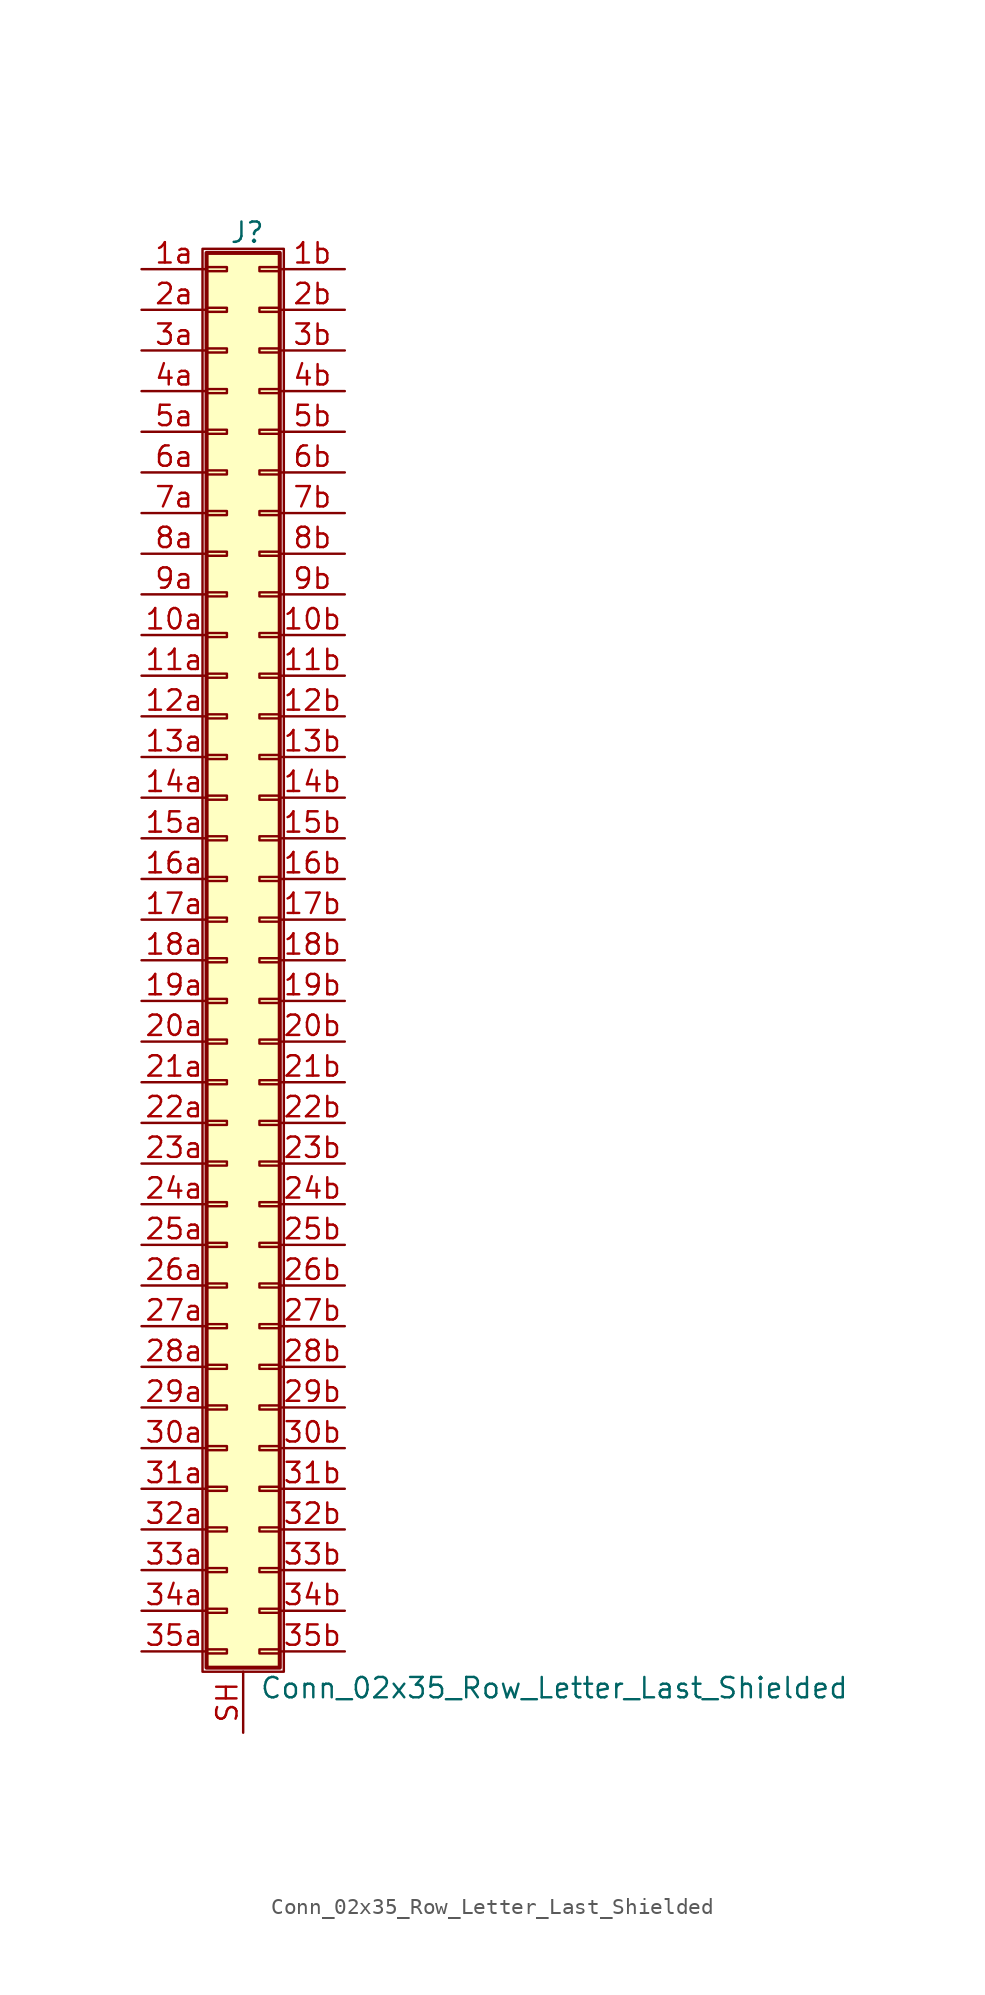
<source format=kicad_sym>
(kicad_symbol_lib
  (version 20201005)
  (generator kicad_symbol_editor)
  (symbol "Connector_Generic_Shielded:Conn_02x35_Row_Letter_Last_Shielded"
    (pin_names
      (offset 1.016) hide)
    (property "Reference" "J"
      (at 1.524 45.466 0)
      (effects (font (size 1.27 1.27))))
    (property "Value" "Conn_02x35_Row_Letter_Last_Shielded"
      (at 2.286 -45.466 0)
      (effects (font (size 1.27 1.27)) (justify left)))
    (symbol "Conn_02x35_Row_Letter_Last_Shielded_1_1"
      (rectangle (start -1.016 -27.813) (end 0.254 -28.067) (stroke (width 0.152)) (fill (type none)))
      (rectangle (start -1.016 -30.353) (end 0.254 -30.607) (stroke (width 0.152)) (fill (type none)))
      (rectangle (start -1.016 -32.893) (end 0.254 -33.147) (stroke (width 0.152)) (fill (type none)))
      (rectangle (start -1.016 -35.433) (end 0.254 -35.687) (stroke (width 0.152)) (fill (type none)))
      (rectangle (start -1.016 -37.973) (end 0.254 -38.227) (stroke (width 0.152)) (fill (type none)))
      (rectangle (start -1.016 -40.513) (end 0.254 -40.767) (stroke (width 0.152)) (fill (type none)))
      (rectangle (start -1.016 -43.053) (end 0.254 -43.307) (stroke (width 0.152)) (fill (type none)))
      (rectangle (start -1.016 -4.953) (end 0.254 -5.207) (stroke (width 0.152)) (fill (type none)))
      (rectangle (start -1.016 -7.493) (end 0.254 -7.747) (stroke (width 0.152)) (fill (type none)))
      (rectangle (start -1.016 -10.033) (end 0.254 -10.287) (stroke (width 0.152)) (fill (type none)))
      (rectangle (start -1.016 -12.573) (end 0.254 -12.827) (stroke (width 0.152)) (fill (type none)))
      (rectangle (start -1.016 -15.113) (end 0.254 -15.367) (stroke (width 0.152)) (fill (type none)))
      (rectangle (start -1.016 -17.653) (end 0.254 -17.907) (stroke (width 0.152)) (fill (type none)))
      (rectangle (start -1.016 -20.193) (end 0.254 -20.447) (stroke (width 0.152)) (fill (type none)))
      (rectangle (start -1.016 -22.733) (end 0.254 -22.987) (stroke (width 0.152)) (fill (type none)))
      (rectangle (start -1.016 -2.413) (end 0.254 -2.667) (stroke (width 0.152)) (fill (type none)))
      (rectangle (start -1.016 -25.273) (end 0.254 -25.527) (stroke (width 0.152)) (fill (type none)))
      (rectangle (start -1.016 25.527) (end 0.254 25.273) (stroke (width 0.152)) (fill (type none)))
      (rectangle (start -1.016 2.667) (end 0.254 2.413) (stroke (width 0.152)) (fill (type none)))
      (rectangle (start -1.016 28.067) (end 0.254 27.813) (stroke (width 0.152)) (fill (type none)))
      (rectangle (start -1.016 30.607) (end 0.254 30.353) (stroke (width 0.152)) (fill (type none)))
      (rectangle (start -1.016 33.147) (end 0.254 32.893) (stroke (width 0.152)) (fill (type none)))
      (rectangle (start -1.016 35.687) (end 0.254 35.433) (stroke (width 0.152)) (fill (type none)))
      (rectangle (start -1.016 38.227) (end 0.254 37.973) (stroke (width 0.152)) (fill (type none)))
      (rectangle (start -1.016 40.767) (end 0.254 40.513) (stroke (width 0.152)) (fill (type none)))
      (rectangle (start -1.016 43.307) (end 0.254 43.053) (stroke (width 0.152)) (fill (type none)))
      (rectangle (start -1.016 44.196) (end 3.556 -44.196) (stroke (width 0.254)) (fill (type background)))
      (rectangle (start -1.016 5.207) (end 0.254 4.953) (stroke (width 0.152)) (fill (type none)))
      (rectangle (start -1.016 7.747) (end 0.254 7.493) (stroke (width 0.152)) (fill (type none)))
      (rectangle (start -1.016 10.287) (end 0.254 10.033) (stroke (width 0.152)) (fill (type none)))
      (rectangle (start -1.016 0.127) (end 0.254 -0.127) (stroke (width 0.152)) (fill (type none)))
      (rectangle (start -1.016 12.827) (end 0.254 12.573) (stroke (width 0.152)) (fill (type none)))
      (rectangle (start -1.016 15.367) (end 0.254 15.113) (stroke (width 0.152)) (fill (type none)))
      (rectangle (start -1.016 17.907) (end 0.254 17.653) (stroke (width 0.152)) (fill (type none)))
      (rectangle (start -1.016 20.447) (end 0.254 20.193) (stroke (width 0.152)) (fill (type none)))
      (rectangle (start -1.016 22.987) (end 0.254 22.733) (stroke (width 0.152)) (fill (type none)))
      (rectangle (start -1.27 44.45) (end 3.81 -44.45) (stroke (width 0.152)) (fill (type none)))
      (rectangle (start 3.556 -27.813) (end 2.286 -28.067) (stroke (width 0.152)) (fill (type none)))
      (rectangle (start 3.556 -30.353) (end 2.286 -30.607) (stroke (width 0.152)) (fill (type none)))
      (rectangle (start 3.556 -32.893) (end 2.286 -33.147) (stroke (width 0.152)) (fill (type none)))
      (rectangle (start 3.556 -35.433) (end 2.286 -35.687) (stroke (width 0.152)) (fill (type none)))
      (rectangle (start 3.556 -37.973) (end 2.286 -38.227) (stroke (width 0.152)) (fill (type none)))
      (rectangle (start 3.556 -40.513) (end 2.286 -40.767) (stroke (width 0.152)) (fill (type none)))
      (rectangle (start 3.556 -43.053) (end 2.286 -43.307) (stroke (width 0.152)) (fill (type none)))
      (rectangle (start 3.556 -4.953) (end 2.286 -5.207) (stroke (width 0.152)) (fill (type none)))
      (rectangle (start 3.556 -7.493) (end 2.286 -7.747) (stroke (width 0.152)) (fill (type none)))
      (rectangle (start 3.556 -10.033) (end 2.286 -10.287) (stroke (width 0.152)) (fill (type none)))
      (rectangle (start 3.556 -12.573) (end 2.286 -12.827) (stroke (width 0.152)) (fill (type none)))
      (rectangle (start 3.556 -15.113) (end 2.286 -15.367) (stroke (width 0.152)) (fill (type none)))
      (rectangle (start 3.556 -17.653) (end 2.286 -17.907) (stroke (width 0.152)) (fill (type none)))
      (rectangle (start 3.556 -20.193) (end 2.286 -20.447) (stroke (width 0.152)) (fill (type none)))
      (rectangle (start 3.556 -22.733) (end 2.286 -22.987) (stroke (width 0.152)) (fill (type none)))
      (rectangle (start 3.556 -2.413) (end 2.286 -2.667) (stroke (width 0.152)) (fill (type none)))
      (rectangle (start 3.556 -25.273) (end 2.286 -25.527) (stroke (width 0.152)) (fill (type none)))
      (rectangle (start 3.556 25.527) (end 2.286 25.273) (stroke (width 0.152)) (fill (type none)))
      (rectangle (start 3.556 2.667) (end 2.286 2.413) (stroke (width 0.152)) (fill (type none)))
      (rectangle (start 3.556 28.067) (end 2.286 27.813) (stroke (width 0.152)) (fill (type none)))
      (rectangle (start 3.556 30.607) (end 2.286 30.353) (stroke (width 0.152)) (fill (type none)))
      (rectangle (start 3.556 33.147) (end 2.286 32.893) (stroke (width 0.152)) (fill (type none)))
      (rectangle (start 3.556 35.687) (end 2.286 35.433) (stroke (width 0.152)) (fill (type none)))
      (rectangle (start 3.556 38.227) (end 2.286 37.973) (stroke (width 0.152)) (fill (type none)))
      (rectangle (start 3.556 40.767) (end 2.286 40.513) (stroke (width 0.152)) (fill (type none)))
      (rectangle (start 3.556 43.307) (end 2.286 43.053) (stroke (width 0.152)) (fill (type none)))
      (rectangle (start 3.556 5.207) (end 2.286 4.953) (stroke (width 0.152)) (fill (type none)))
      (rectangle (start 3.556 7.747) (end 2.286 7.493) (stroke (width 0.152)) (fill (type none)))
      (rectangle (start 3.556 10.287) (end 2.286 10.033) (stroke (width 0.152)) (fill (type none)))
      (rectangle (start 3.556 0.127) (end 2.286 -0.127) (stroke (width 0.152)) (fill (type none)))
      (rectangle (start 3.556 12.827) (end 2.286 12.573) (stroke (width 0.152)) (fill (type none)))
      (rectangle (start 3.556 15.367) (end 2.286 15.113) (stroke (width 0.152)) (fill (type none)))
      (rectangle (start 3.556 17.907) (end 2.286 17.653) (stroke (width 0.152)) (fill (type none)))
      (rectangle (start 3.556 20.447) (end 2.286 20.193) (stroke (width 0.152)) (fill (type none)))
      (rectangle (start 3.556 22.987) (end 2.286 22.733) (stroke (width 0.152)) (fill (type none)))
      (pin passive line (at -5.08 20.32 0) (length 4.064) (name "Pin_10a" (effects (font (size 1.27 1.27)))) (number "10a" (effects (font (size 1.27 1.27)))))
      (pin passive line (at 7.62 20.32 180) (length 4.064) (name "Pin_10b" (effects (font (size 1.27 1.27)))) (number "10b" (effects (font (size 1.27 1.27)))))
      (pin passive line (at -5.08 17.78 0) (length 4.064) (name "Pin_11a" (effects (font (size 1.27 1.27)))) (number "11a" (effects (font (size 1.27 1.27)))))
      (pin passive line (at 7.62 17.78 180) (length 4.064) (name "Pin_11b" (effects (font (size 1.27 1.27)))) (number "11b" (effects (font (size 1.27 1.27)))))
      (pin passive line (at -5.08 15.24 0) (length 4.064) (name "Pin_12a" (effects (font (size 1.27 1.27)))) (number "12a" (effects (font (size 1.27 1.27)))))
      (pin passive line (at 7.62 15.24 180) (length 4.064) (name "Pin_12b" (effects (font (size 1.27 1.27)))) (number "12b" (effects (font (size 1.27 1.27)))))
      (pin passive line (at -5.08 12.7 0) (length 4.064) (name "Pin_13a" (effects (font (size 1.27 1.27)))) (number "13a" (effects (font (size 1.27 1.27)))))
      (pin passive line (at 7.62 12.7 180) (length 4.064) (name "Pin_13b" (effects (font (size 1.27 1.27)))) (number "13b" (effects (font (size 1.27 1.27)))))
      (pin passive line (at -5.08 10.16 0) (length 4.064) (name "Pin_14a" (effects (font (size 1.27 1.27)))) (number "14a" (effects (font (size 1.27 1.27)))))
      (pin passive line (at 7.62 10.16 180) (length 4.064) (name "Pin_14b" (effects (font (size 1.27 1.27)))) (number "14b" (effects (font (size 1.27 1.27)))))
      (pin passive line (at -5.08 7.62 0) (length 4.064) (name "Pin_15a" (effects (font (size 1.27 1.27)))) (number "15a" (effects (font (size 1.27 1.27)))))
      (pin passive line (at 7.62 7.62 180) (length 4.064) (name "Pin_15b" (effects (font (size 1.27 1.27)))) (number "15b" (effects (font (size 1.27 1.27)))))
      (pin passive line (at -5.08 5.08 0) (length 4.064) (name "Pin_16a" (effects (font (size 1.27 1.27)))) (number "16a" (effects (font (size 1.27 1.27)))))
      (pin passive line (at 7.62 5.08 180) (length 4.064) (name "Pin_16b" (effects (font (size 1.27 1.27)))) (number "16b" (effects (font (size 1.27 1.27)))))
      (pin passive line (at -5.08 2.54 0) (length 4.064) (name "Pin_17a" (effects (font (size 1.27 1.27)))) (number "17a" (effects (font (size 1.27 1.27)))))
      (pin passive line (at 7.62 2.54 180) (length 4.064) (name "Pin_17b" (effects (font (size 1.27 1.27)))) (number "17b" (effects (font (size 1.27 1.27)))))
      (pin passive line (at -5.08 0 0) (length 4.064) (name "Pin_18a" (effects (font (size 1.27 1.27)))) (number "18a" (effects (font (size 1.27 1.27)))))
      (pin passive line (at 7.62 0 180) (length 4.064) (name "Pin_18b" (effects (font (size 1.27 1.27)))) (number "18b" (effects (font (size 1.27 1.27)))))
      (pin passive line (at -5.08 -2.54 0) (length 4.064) (name "Pin_19a" (effects (font (size 1.27 1.27)))) (number "19a" (effects (font (size 1.27 1.27)))))
      (pin passive line (at 7.62 -2.54 180) (length 4.064) (name "Pin_19b" (effects (font (size 1.27 1.27)))) (number "19b" (effects (font (size 1.27 1.27)))))
      (pin passive line (at -5.08 43.18 0) (length 4.064) (name "Pin_1a" (effects (font (size 1.27 1.27)))) (number "1a" (effects (font (size 1.27 1.27)))))
      (pin passive line (at 7.62 43.18 180) (length 4.064) (name "Pin_1b" (effects (font (size 1.27 1.27)))) (number "1b" (effects (font (size 1.27 1.27)))))
      (pin passive line (at -5.08 -5.08 0) (length 4.064) (name "Pin_20a" (effects (font (size 1.27 1.27)))) (number "20a" (effects (font (size 1.27 1.27)))))
      (pin passive line (at 7.62 -5.08 180) (length 4.064) (name "Pin_20b" (effects (font (size 1.27 1.27)))) (number "20b" (effects (font (size 1.27 1.27)))))
      (pin passive line (at -5.08 -7.62 0) (length 4.064) (name "Pin_21a" (effects (font (size 1.27 1.27)))) (number "21a" (effects (font (size 1.27 1.27)))))
      (pin passive line (at 7.62 -7.62 180) (length 4.064) (name "Pin_21b" (effects (font (size 1.27 1.27)))) (number "21b" (effects (font (size 1.27 1.27)))))
      (pin passive line (at -5.08 -10.16 0) (length 4.064) (name "Pin_22a" (effects (font (size 1.27 1.27)))) (number "22a" (effects (font (size 1.27 1.27)))))
      (pin passive line (at 7.62 -10.16 180) (length 4.064) (name "Pin_22b" (effects (font (size 1.27 1.27)))) (number "22b" (effects (font (size 1.27 1.27)))))
      (pin passive line (at -5.08 -12.7 0) (length 4.064) (name "Pin_23a" (effects (font (size 1.27 1.27)))) (number "23a" (effects (font (size 1.27 1.27)))))
      (pin passive line (at 7.62 -12.7 180) (length 4.064) (name "Pin_23b" (effects (font (size 1.27 1.27)))) (number "23b" (effects (font (size 1.27 1.27)))))
      (pin passive line (at -5.08 -15.24 0) (length 4.064) (name "Pin_24a" (effects (font (size 1.27 1.27)))) (number "24a" (effects (font (size 1.27 1.27)))))
      (pin passive line (at 7.62 -15.24 180) (length 4.064) (name "Pin_24b" (effects (font (size 1.27 1.27)))) (number "24b" (effects (font (size 1.27 1.27)))))
      (pin passive line (at -5.08 -17.78 0) (length 4.064) (name "Pin_25a" (effects (font (size 1.27 1.27)))) (number "25a" (effects (font (size 1.27 1.27)))))
      (pin passive line (at 7.62 -17.78 180) (length 4.064) (name "Pin_25b" (effects (font (size 1.27 1.27)))) (number "25b" (effects (font (size 1.27 1.27)))))
      (pin passive line (at -5.08 -20.32 0) (length 4.064) (name "Pin_26a" (effects (font (size 1.27 1.27)))) (number "26a" (effects (font (size 1.27 1.27)))))
      (pin passive line (at 7.62 -20.32 180) (length 4.064) (name "Pin_26b" (effects (font (size 1.27 1.27)))) (number "26b" (effects (font (size 1.27 1.27)))))
      (pin passive line (at -5.08 -22.86 0) (length 4.064) (name "Pin_27a" (effects (font (size 1.27 1.27)))) (number "27a" (effects (font (size 1.27 1.27)))))
      (pin passive line (at 7.62 -22.86 180) (length 4.064) (name "Pin_27b" (effects (font (size 1.27 1.27)))) (number "27b" (effects (font (size 1.27 1.27)))))
      (pin passive line (at -5.08 -25.4 0) (length 4.064) (name "Pin_28a" (effects (font (size 1.27 1.27)))) (number "28a" (effects (font (size 1.27 1.27)))))
      (pin passive line (at 7.62 -25.4 180) (length 4.064) (name "Pin_28b" (effects (font (size 1.27 1.27)))) (number "28b" (effects (font (size 1.27 1.27)))))
      (pin passive line (at -5.08 -27.94 0) (length 4.064) (name "Pin_29a" (effects (font (size 1.27 1.27)))) (number "29a" (effects (font (size 1.27 1.27)))))
      (pin passive line (at 7.62 -27.94 180) (length 4.064) (name "Pin_29b" (effects (font (size 1.27 1.27)))) (number "29b" (effects (font (size 1.27 1.27)))))
      (pin passive line (at -5.08 40.64 0) (length 4.064) (name "Pin_2a" (effects (font (size 1.27 1.27)))) (number "2a" (effects (font (size 1.27 1.27)))))
      (pin passive line (at 7.62 40.64 180) (length 4.064) (name "Pin_2b" (effects (font (size 1.27 1.27)))) (number "2b" (effects (font (size 1.27 1.27)))))
      (pin passive line (at -5.08 -30.48 0) (length 4.064) (name "Pin_30a" (effects (font (size 1.27 1.27)))) (number "30a" (effects (font (size 1.27 1.27)))))
      (pin passive line (at 7.62 -30.48 180) (length 4.064) (name "Pin_30b" (effects (font (size 1.27 1.27)))) (number "30b" (effects (font (size 1.27 1.27)))))
      (pin passive line (at -5.08 -33.02 0) (length 4.064) (name "Pin_31a" (effects (font (size 1.27 1.27)))) (number "31a" (effects (font (size 1.27 1.27)))))
      (pin passive line (at 7.62 -33.02 180) (length 4.064) (name "Pin_31b" (effects (font (size 1.27 1.27)))) (number "31b" (effects (font (size 1.27 1.27)))))
      (pin passive line (at -5.08 -35.56 0) (length 4.064) (name "Pin_32a" (effects (font (size 1.27 1.27)))) (number "32a" (effects (font (size 1.27 1.27)))))
      (pin passive line (at 7.62 -35.56 180) (length 4.064) (name "Pin_32b" (effects (font (size 1.27 1.27)))) (number "32b" (effects (font (size 1.27 1.27)))))
      (pin passive line (at -5.08 -38.1 0) (length 4.064) (name "Pin_33a" (effects (font (size 1.27 1.27)))) (number "33a" (effects (font (size 1.27 1.27)))))
      (pin passive line (at 7.62 -38.1 180) (length 4.064) (name "Pin_33b" (effects (font (size 1.27 1.27)))) (number "33b" (effects (font (size 1.27 1.27)))))
      (pin passive line (at -5.08 -40.64 0) (length 4.064) (name "Pin_34a" (effects (font (size 1.27 1.27)))) (number "34a" (effects (font (size 1.27 1.27)))))
      (pin passive line (at 7.62 -40.64 180) (length 4.064) (name "Pin_34b" (effects (font (size 1.27 1.27)))) (number "34b" (effects (font (size 1.27 1.27)))))
      (pin passive line (at -5.08 -43.18 0) (length 4.064) (name "Pin_35a" (effects (font (size 1.27 1.27)))) (number "35a" (effects (font (size 1.27 1.27)))))
      (pin passive line (at 7.62 -43.18 180) (length 4.064) (name "Pin_35b" (effects (font (size 1.27 1.27)))) (number "35b" (effects (font (size 1.27 1.27)))))
      (pin passive line (at -5.08 38.1 0) (length 4.064) (name "Pin_3a" (effects (font (size 1.27 1.27)))) (number "3a" (effects (font (size 1.27 1.27)))))
      (pin passive line (at 7.62 38.1 180) (length 4.064) (name "Pin_3b" (effects (font (size 1.27 1.27)))) (number "3b" (effects (font (size 1.27 1.27)))))
      (pin passive line (at -5.08 35.56 0) (length 4.064) (name "Pin_4a" (effects (font (size 1.27 1.27)))) (number "4a" (effects (font (size 1.27 1.27)))))
      (pin passive line (at 7.62 35.56 180) (length 4.064) (name "Pin_4b" (effects (font (size 1.27 1.27)))) (number "4b" (effects (font (size 1.27 1.27)))))
      (pin passive line (at -5.08 33.02 0) (length 4.064) (name "Pin_5a" (effects (font (size 1.27 1.27)))) (number "5a" (effects (font (size 1.27 1.27)))))
      (pin passive line (at 7.62 33.02 180) (length 4.064) (name "Pin_5b" (effects (font (size 1.27 1.27)))) (number "5b" (effects (font (size 1.27 1.27)))))
      (pin passive line (at -5.08 30.48 0) (length 4.064) (name "Pin_6a" (effects (font (size 1.27 1.27)))) (number "6a" (effects (font (size 1.27 1.27)))))
      (pin passive line (at 7.62 30.48 180) (length 4.064) (name "Pin_6b" (effects (font (size 1.27 1.27)))) (number "6b" (effects (font (size 1.27 1.27)))))
      (pin passive line (at -5.08 27.94 0) (length 4.064) (name "Pin_7a" (effects (font (size 1.27 1.27)))) (number "7a" (effects (font (size 1.27 1.27)))))
      (pin passive line (at 7.62 27.94 180) (length 4.064) (name "Pin_7b" (effects (font (size 1.27 1.27)))) (number "7b" (effects (font (size 1.27 1.27)))))
      (pin passive line (at -5.08 25.4 0) (length 4.064) (name "Pin_8a" (effects (font (size 1.27 1.27)))) (number "8a" (effects (font (size 1.27 1.27)))))
      (pin passive line (at 7.62 25.4 180) (length 4.064) (name "Pin_8b" (effects (font (size 1.27 1.27)))) (number "8b" (effects (font (size 1.27 1.27)))))
      (pin passive line (at -5.08 22.86 0) (length 4.064) (name "Pin_9a" (effects (font (size 1.27 1.27)))) (number "9a" (effects (font (size 1.27 1.27)))))
      (pin passive line (at 7.62 22.86 180) (length 4.064) (name "Pin_9b" (effects (font (size 1.27 1.27)))) (number "9b" (effects (font (size 1.27 1.27)))))
      (pin passive line (at 1.27 -48.26 90) (length 3.81) (name "Shield" (effects (font (size 1.27 1.27)))) (number "SH" (effects (font (size 1.27 1.27))))))))
</source>
